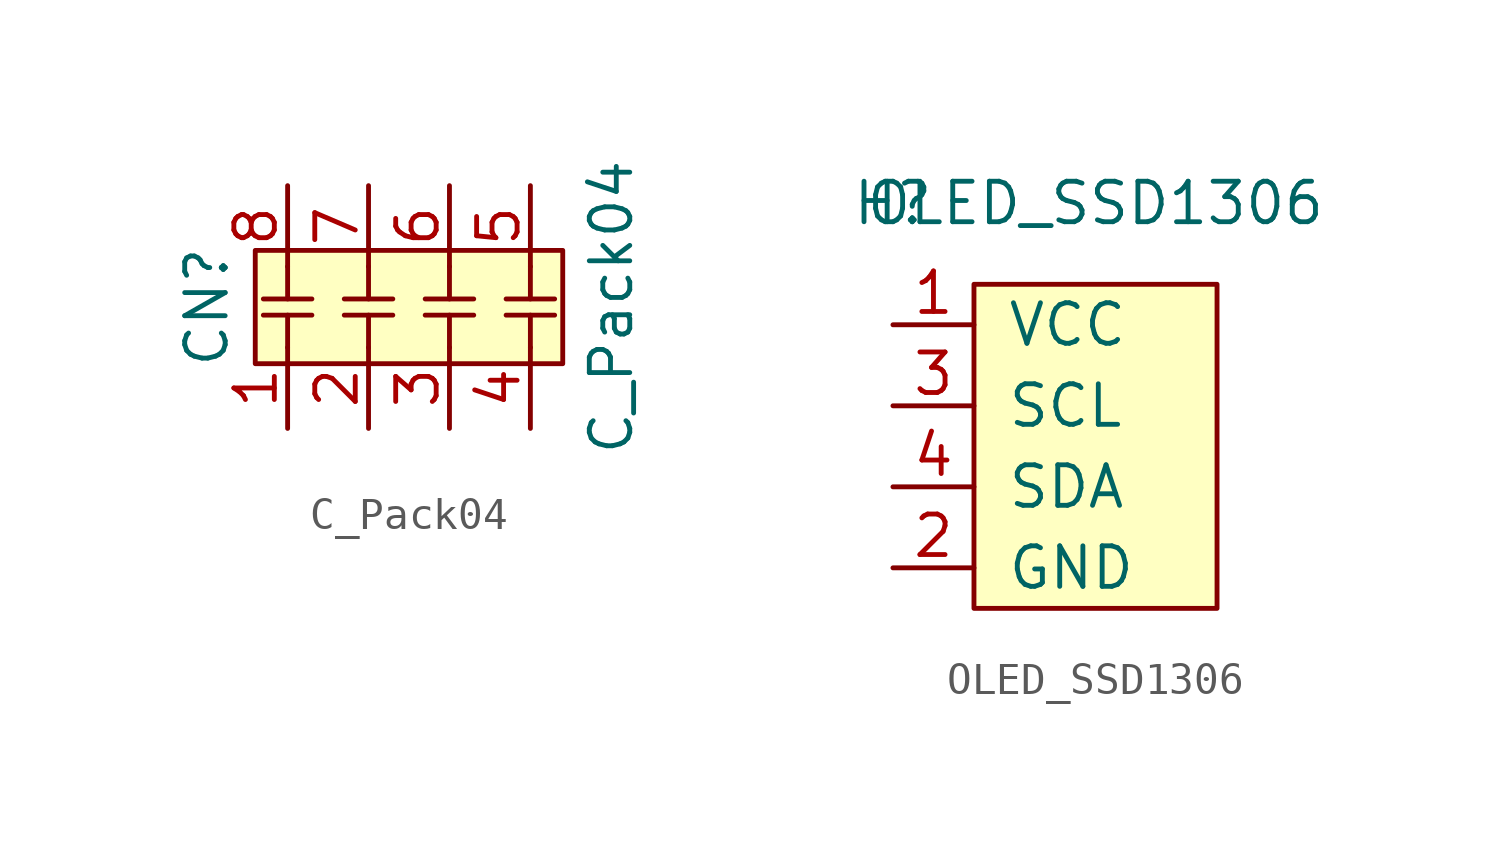
<source format=kicad_sym>
(kicad_symbol_lib
  (version 20211014)
  (generator kicad_symbol_editor)
  (symbol "C_Pack04"
    (pin_names
      (offset 0) hide)
    (property "Reference" "CN"
      (at -7.62 0 90)
      (effects (font (size 1.27 1.27))))
    (property "Value" "C_Pack04"
      (at 5.08 0 90)
      (effects (font (size 1.27 1.27))))
    (symbol "C_Pack04_0_1"
      (rectangle (start -6.096 1.778) (end 3.556 -1.778) (stroke (width 0) (type default) (color 0 0 0 0)) (fill (type background)))
      (polyline (pts (xy -5.842 -0.254) (xy -4.318 -0.254)) (stroke (width 0) (type default) (color 0 0 0 0)) (fill (type none)))
      (polyline (pts (xy -5.842 0.254) (xy -4.318 0.254)) (stroke (width 0) (type default) (color 0 0 0 0)) (fill (type none)))
      (polyline (pts (xy -5.08 -0.254) (xy -5.08 -1.27)) (stroke (width 0) (type default) (color 0 0 0 0)) (fill (type none)))
      (polyline (pts (xy -5.08 0.254) (xy -5.08 1.27)) (stroke (width 0) (type default) (color 0 0 0 0)) (fill (type none))))
    (symbol "C_Pack04_1_1"
      (polyline (pts (xy -3.302 -0.254) (xy -1.778 -0.254)) (stroke (width 0) (type default) (color 0 0 0 0)) (fill (type none)))
      (polyline (pts (xy -3.302 0.254) (xy -1.778 0.254)) (stroke (width 0) (type default) (color 0 0 0 0)) (fill (type none)))
      (polyline (pts (xy -2.54 -0.254) (xy -2.54 -1.27)) (stroke (width 0) (type default) (color 0 0 0 0)) (fill (type none)))
      (polyline (pts (xy -2.54 0.254) (xy -2.54 1.27)) (stroke (width 0) (type default) (color 0 0 0 0)) (fill (type none)))
      (polyline (pts (xy -0.762 -0.254) (xy 0.762 -0.254)) (stroke (width 0) (type default) (color 0 0 0 0)) (fill (type none)))
      (polyline (pts (xy -0.762 0.254) (xy 0.762 0.254)) (stroke (width 0) (type default) (color 0 0 0 0)) (fill (type none)))
      (polyline (pts (xy 0 -0.254) (xy 0 -1.27)) (stroke (width 0) (type default) (color 0 0 0 0)) (fill (type none)))
      (polyline (pts (xy 0 0.254) (xy 0 1.27)) (stroke (width 0) (type default) (color 0 0 0 0)) (fill (type none)))
      (polyline (pts (xy 1.778 -0.254) (xy 3.302 -0.254)) (stroke (width 0) (type default) (color 0 0 0 0)) (fill (type none)))
      (polyline (pts (xy 1.778 0.254) (xy 3.302 0.254)) (stroke (width 0) (type default) (color 0 0 0 0)) (fill (type none)))
      (polyline (pts (xy 2.54 -0.254) (xy 2.54 -1.27)) (stroke (width 0) (type default) (color 0 0 0 0)) (fill (type none)))
      (polyline (pts (xy 2.54 0.254) (xy 2.54 1.27)) (stroke (width 0) (type default) (color 0 0 0 0)) (fill (type none)))
      (pin passive line (at -5.08 -3.81 90) (length 2.54) (name "R1.1" (effects (font (size 1.27 1.27)))) (number "1" (effects (font (size 1.27 1.27)))))
      (pin passive line (at -2.54 -3.81 90) (length 2.54) (name "R2.1" (effects (font (size 1.27 1.27)))) (number "2" (effects (font (size 1.27 1.27)))))
      (pin passive line (at 0 -3.81 90) (length 2.54) (name "R3.1" (effects (font (size 1.27 1.27)))) (number "3" (effects (font (size 1.27 1.27)))))
      (pin passive line (at 2.54 -3.81 90) (length 2.54) (name "R4.1" (effects (font (size 1.27 1.27)))) (number "4" (effects (font (size 1.27 1.27)))))
      (pin passive line (at 2.54 3.81 270) (length 2.54) (name "R4.2" (effects (font (size 1.27 1.27)))) (number "5" (effects (font (size 1.27 1.27)))))
      (pin passive line (at 0 3.81 270) (length 2.54) (name "R3.2" (effects (font (size 1.27 1.27)))) (number "6" (effects (font (size 1.27 1.27)))))
      (pin passive line (at -2.54 3.81 270) (length 2.54) (name "R2.2" (effects (font (size 1.27 1.27)))) (number "7" (effects (font (size 1.27 1.27)))))
      (pin passive line (at -5.08 3.81 270) (length 2.54) (name "R1.2" (effects (font (size 1.27 1.27)))) (number "8" (effects (font (size 1.27 1.27)))))))
  (symbol "OLED_SSD1306"
    (pin_names
      (offset 1.016))
    (property "Reference" "H"
      (at 0 0 0)
      (effects (font (size 1.27 1.27))))
    (property "Value" "OLED_SSD1306"
      (at 6.35 0 0)
      (effects (font (size 1.27 1.27))))
    (symbol "OLED_SSD1306_0_1"
      (rectangle (start 2.54 -2.54) (end 10.16 -12.7) (stroke (width 0) (type default) (color 0 0 0 0)) (fill (type background))))
    (symbol "OLED_SSD1306_1_1"
      (pin power_in line (at 0 -3.81 0) (length 2.54) (name "VCC" (effects (font (size 1.27 1.27)))) (number "1" (effects (font (size 1.27 1.27)))))
      (pin power_in line (at 0 -11.43 0) (length 2.54) (name "GND" (effects (font (size 1.27 1.27)))) (number "2" (effects (font (size 1.27 1.27)))))
      (pin input line (at 0 -6.35 0) (length 2.54) (name "SCL" (effects (font (size 1.27 1.27)))) (number "3" (effects (font (size 1.27 1.27)))))
      (pin bidirectional line (at 0 -8.89 0) (length 2.54) (name "SDA" (effects (font (size 1.27 1.27)))) (number "4" (effects (font (size 1.27 1.27))))))))
</source>
